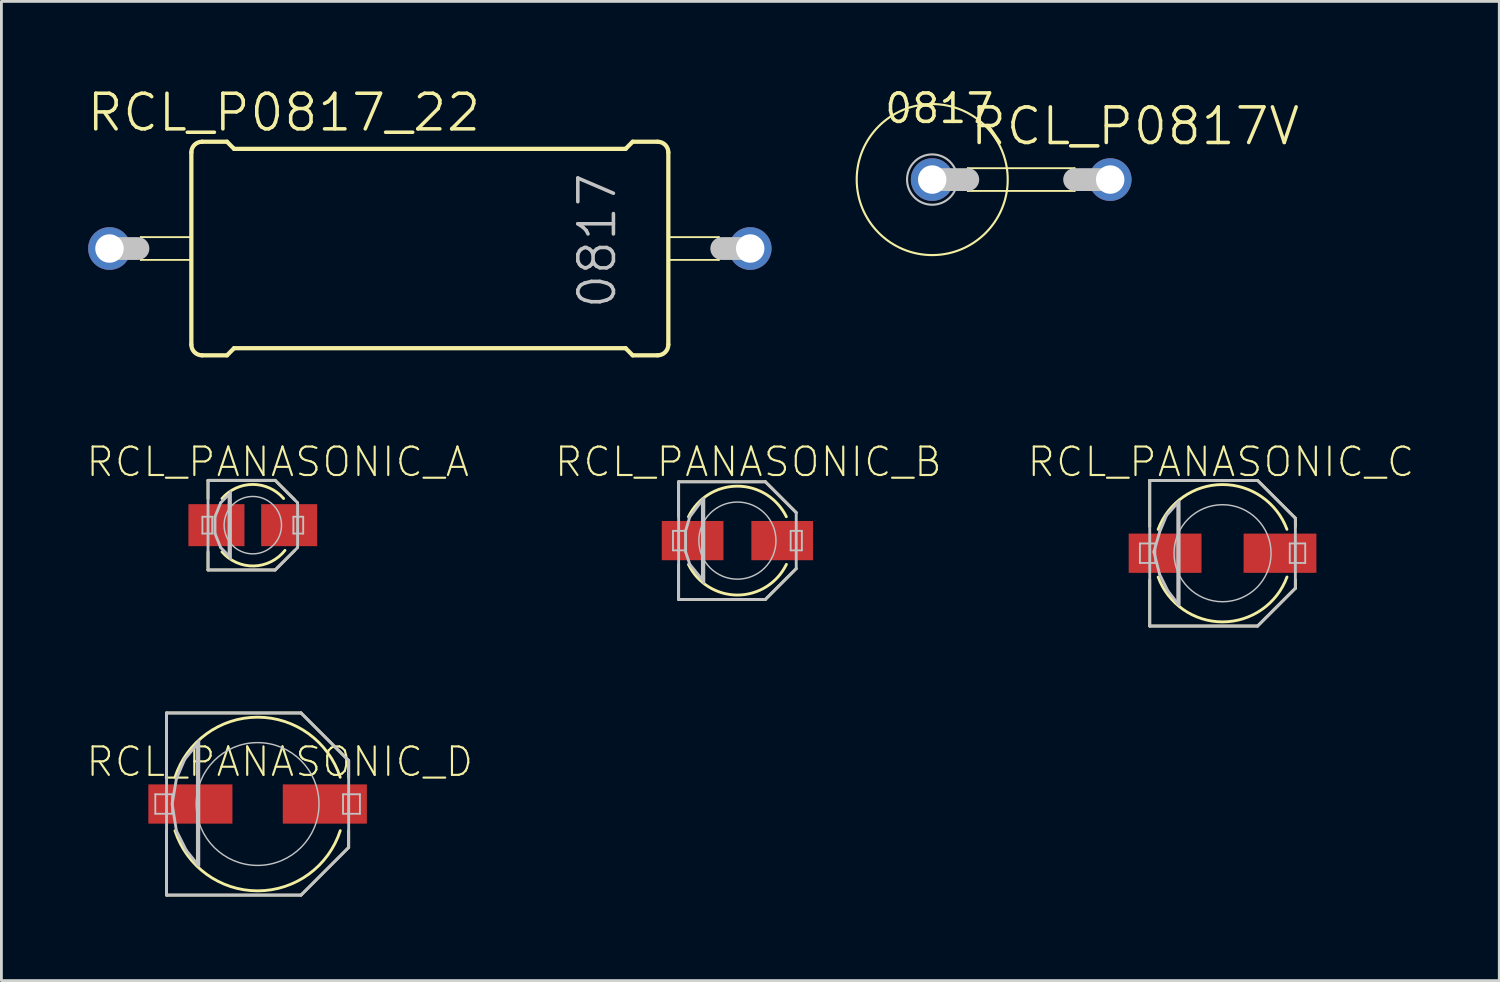
<source format=kicad_pcb>
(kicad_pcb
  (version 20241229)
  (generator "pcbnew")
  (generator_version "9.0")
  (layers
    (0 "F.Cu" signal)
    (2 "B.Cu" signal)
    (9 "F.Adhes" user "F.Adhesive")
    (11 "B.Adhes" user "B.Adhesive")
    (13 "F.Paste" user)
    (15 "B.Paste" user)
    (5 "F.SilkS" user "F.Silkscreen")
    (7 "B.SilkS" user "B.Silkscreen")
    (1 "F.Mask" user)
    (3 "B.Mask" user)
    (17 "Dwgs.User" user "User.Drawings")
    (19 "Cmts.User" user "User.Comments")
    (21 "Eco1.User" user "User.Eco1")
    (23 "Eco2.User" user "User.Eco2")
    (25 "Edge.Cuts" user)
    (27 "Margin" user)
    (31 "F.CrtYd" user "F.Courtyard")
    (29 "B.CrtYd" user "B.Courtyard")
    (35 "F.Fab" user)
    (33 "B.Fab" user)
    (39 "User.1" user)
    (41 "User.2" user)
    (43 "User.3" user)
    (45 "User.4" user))
  (footprint "RCL_PANASONIC_B"
    (layer "F.Cu")
    (at 23.26 16.238)
    (property "Reference" "RCL_PANASONIC_B" (at 0.389 -2.807 0) (layer "F.SilkS") (effects (font (size 1.016 1.016) (thickness 0.076))))
    (attr smd)
    (fp_line (start -2.098 -2.098) (end 0.998 -2.098) (stroke (width 0.102) (type solid)) (layer "F.SilkS"))
    (fp_line (start -2.098 -0.848) (end -2.098 -2.098) (stroke (width 0.102) (type solid)) (layer "F.SilkS"))
    (fp_line (start -2.098 2.098) (end -2.098 0.848) (stroke (width 0.102) (type solid)) (layer "F.SilkS"))
    (fp_line (start 0.998 -2.098) (end 2.098 -0.998) (stroke (width 0.102) (type solid)) (layer "F.SilkS"))
    (fp_line (start 0.998 2.098) (end -2.098 2.098) (stroke (width 0.102) (type solid)) (layer "F.SilkS"))
    (fp_line (start 2.098 0.998) (end 0.998 2.098) (stroke (width 0.102) (type solid)) (layer "F.SilkS"))
    (fp_arc (start -1.74752 -0.84836) (mid -0.001866 -1.942559) (end 1.745887 -0.851716) (stroke (width 0.1016) (type solid)) (layer "F.SilkS"))
    (fp_arc (start 1.74752 0.84836) (mid 0.001866 1.942559) (end -1.745887 0.851716) (stroke (width 0.1016) (type solid)) (layer "F.SilkS"))
    (fp_line (start -2.299 -0.348) (end -1.849 -0.348) (stroke (width 0.066) (type solid)) (layer "Dwgs.User"))
    (fp_line (start -2.299 0.348) (end -2.299 -0.348) (stroke (width 0.066) (type solid)) (layer "Dwgs.User"))
    (fp_line (start -2.299 0.348) (end -1.849 0.348) (stroke (width 0.066) (type solid)) (layer "Dwgs.User"))
    (fp_line (start -2.098 -2.098) (end 0.998 -2.098) (stroke (width 0.102) (type solid)) (layer "Dwgs.User"))
    (fp_line (start -2.098 2.098) (end -2.098 -2.098) (stroke (width 0.102) (type solid)) (layer "Dwgs.User"))
    (fp_line (start -1.849 -0.348) (end -1.849 0.399) (stroke (width 0.102) (type solid)) (layer "Dwgs.User"))
    (fp_line (start -1.849 0.348) (end -1.849 -0.348) (stroke (width 0.066) (type solid)) (layer "Dwgs.User"))
    (fp_line (start -1.849 0.399) (end -1.699 0.848) (stroke (width 0.102) (type solid)) (layer "Dwgs.User"))
    (fp_line (start -1.699 -0.848) (end -1.849 -0.348) (stroke (width 0.102) (type solid)) (layer "Dwgs.User"))
    (fp_line (start -1.699 0.848) (end -1.25 1.4) (stroke (width 0.102) (type solid)) (layer "Dwgs.User"))
    (fp_line (start -1.25 -1.448) (end -1.699 -0.848) (stroke (width 0.102) (type solid)) (layer "Dwgs.User"))
    (fp_line (start -1.25 -1.4) (end -1.25 -1.448) (stroke (width 0.102) (type solid)) (layer "Dwgs.User"))
    (fp_line (start -1.25 1.4) (end -1.25 -1.4) (stroke (width 0.102) (type solid)) (layer "Dwgs.User"))
    (fp_line (start -1.199 -1.499) (end -1.199 1.499) (stroke (width 0.102) (type solid)) (layer "Dwgs.User"))
    (fp_line (start 0.998 -2.098) (end 2.098 -0.998) (stroke (width 0.102) (type solid)) (layer "Dwgs.User"))
    (fp_line (start 0.998 2.098) (end -2.098 2.098) (stroke (width 0.102) (type solid)) (layer "Dwgs.User"))
    (fp_line (start 1.9 -0.348) (end 2.299 -0.348) (stroke (width 0.066) (type solid)) (layer "Dwgs.User"))
    (fp_line (start 1.9 0.348) (end 1.9 -0.348) (stroke (width 0.066) (type solid)) (layer "Dwgs.User"))
    (fp_line (start 1.9 0.348) (end 2.299 0.348) (stroke (width 0.066) (type solid)) (layer "Dwgs.User"))
    (fp_line (start 2.098 -0.998) (end 2.098 0.998) (stroke (width 0.102) (type solid)) (layer "Dwgs.User"))
    (fp_line (start 2.098 0.998) (end 0.998 2.098) (stroke (width 0.102) (type solid)) (layer "Dwgs.User"))
    (fp_line (start 2.299 0.348) (end 2.299 -0.348) (stroke (width 0.066) (type solid)) (layer "Dwgs.User"))
    (fp_circle (center 0 0) (end -0.973 0.973) (stroke (width 0.051) (type solid)) (fill no) (layer "Dwgs.User"))
    (pad "+" smd rect (at 1.598 0) (size 2.2 1.4) (layers "F.Cu" "F.Mask" "F.Paste"))
    (pad "-" smd rect (at -1.598 0) (size 2.2 1.4) (layers "F.Cu" "F.Mask" "F.Paste")))
  (footprint "RCL_P0817_22"
    (layer "F.Cu")
    (at 12.286 5.817)
    (property "Reference" "RCL_P0817_22" (at -5.207 -4.851 0) (layer "F.SilkS") (effects (font (size 1.27 1.27) (thickness 0.127))))
    (attr exclude_from_pos_files exclude_from_bom)
    (fp_line (start -10.312 -0.406) (end -8.509 -0.406) (stroke (width 0.066) (type solid)) (layer "F.SilkS"))
    (fp_line (start -10.312 0.406) (end -10.312 -0.406) (stroke (width 0.066) (type solid)) (layer "F.SilkS"))
    (fp_line (start -10.312 0.406) (end -8.509 0.406) (stroke (width 0.066) (type solid)) (layer "F.SilkS"))
    (fp_line (start -8.509 0.406) (end -8.509 -0.406) (stroke (width 0.066) (type solid)) (layer "F.SilkS"))
    (fp_line (start -8.509 3.429) (end -8.509 -3.429) (stroke (width 0.152) (type solid)) (layer "F.SilkS"))
    (fp_line (start -8.128 -3.81) (end -7.236 -3.81) (stroke (width 0.152) (type solid)) (layer "F.SilkS"))
    (fp_line (start -8.128 3.81) (end -7.236 3.81) (stroke (width 0.152) (type solid)) (layer "F.SilkS"))
    (fp_line (start -6.985 -3.556) (end -7.236 -3.81) (stroke (width 0.152) (type solid)) (layer "F.SilkS"))
    (fp_line (start -6.985 3.556) (end -7.236 3.81) (stroke (width 0.152) (type solid)) (layer "F.SilkS"))
    (fp_line (start 6.985 -3.556) (end -6.985 -3.556) (stroke (width 0.152) (type solid)) (layer "F.SilkS"))
    (fp_line (start 6.985 -3.556) (end 7.236 -3.81) (stroke (width 0.152) (type solid)) (layer "F.SilkS"))
    (fp_line (start 6.985 3.556) (end -6.985 3.556) (stroke (width 0.152) (type solid)) (layer "F.SilkS"))
    (fp_line (start 6.985 3.556) (end 7.236 3.81) (stroke (width 0.152) (type solid)) (layer "F.SilkS"))
    (fp_line (start 8.128 -3.81) (end 7.236 -3.81) (stroke (width 0.152) (type solid)) (layer "F.SilkS"))
    (fp_line (start 8.128 3.81) (end 7.236 3.81) (stroke (width 0.152) (type solid)) (layer "F.SilkS"))
    (fp_line (start 8.509 -0.406) (end 10.312 -0.406) (stroke (width 0.066) (type solid)) (layer "F.SilkS"))
    (fp_line (start 8.509 0.406) (end 8.509 -0.406) (stroke (width 0.066) (type solid)) (layer "F.SilkS"))
    (fp_line (start 8.509 0.406) (end 10.312 0.406) (stroke (width 0.066) (type solid)) (layer "F.SilkS"))
    (fp_line (start 8.509 3.429) (end 8.509 -3.429) (stroke (width 0.152) (type solid)) (layer "F.SilkS"))
    (fp_line (start 10.312 0.406) (end 10.312 -0.406) (stroke (width 0.066) (type solid)) (layer "F.SilkS"))
    (fp_arc (start -8.509 -3.429) (mid -8.397408 -3.698408) (end -8.128 -3.81) (stroke (width 0.1524) (type solid)) (layer "F.SilkS"))
    (fp_arc (start -8.128 3.81) (mid -8.397408 3.698408) (end -8.509 3.429) (stroke (width 0.1524) (type solid)) (layer "F.SilkS"))
    (fp_arc (start 8.128 -3.81) (mid 8.397408 -3.698408) (end 8.509 -3.429) (stroke (width 0.1524) (type solid)) (layer "F.SilkS"))
    (fp_arc (start 8.509 3.429) (mid 8.397408 3.698408) (end 8.128 3.81) (stroke (width 0.1524) (type solid)) (layer "F.SilkS"))
    (fp_line (start -10.414 0) (end -11.43 0) (stroke (width 0.813) (type solid)) (layer "Dwgs.User"))
    (fp_line (start 11.43 0) (end 10.414 0) (stroke (width 0.813) (type solid)) (layer "Dwgs.User"))
    (fp_text user "0817" (at 5.969 -0.279 90) (layer "Dwgs.User") (effects (font (size 1.27 1.27) (thickness 0.127))))
    (pad "1" thru_hole circle (at -11.43 0) (size 1.524 1.524) (drill 1.016) (layers "*.Cu" "*.Paste" "*.Mask"))
    (pad "2" thru_hole circle (at 11.43 0) (size 1.524 1.524) (drill 1.016) (layers "*.Cu" "*.Paste" "*.Mask")))
  (footprint "RCL_PANASONIC_D"
    (layer "F.Cu")
    (at 6.141 25.636)
    (property "Reference" "RCL_PANASONIC_D" (at 0.79 -1.506 0) (layer "F.SilkS") (effects (font (size 1.016 1.016) (thickness 0.076))))
    (attr smd)
    (fp_line (start -3.249 -3.249) (end 1.549 -3.249) (stroke (width 0.102) (type solid)) (layer "F.SilkS"))
    (fp_line (start -3.249 -0.95) (end -3.249 -3.249) (stroke (width 0.102) (type solid)) (layer "F.SilkS"))
    (fp_line (start -3.249 3.249) (end -3.249 0.95) (stroke (width 0.102) (type solid)) (layer "F.SilkS"))
    (fp_line (start 1.549 -3.249) (end 3.249 -1.549) (stroke (width 0.102) (type solid)) (layer "F.SilkS"))
    (fp_line (start 1.549 3.249) (end -3.249 3.249) (stroke (width 0.102) (type solid)) (layer "F.SilkS"))
    (fp_line (start 3.249 -1.549) (end 3.249 -0.95) (stroke (width 0.102) (type solid)) (layer "F.SilkS"))
    (fp_line (start 3.249 0.95) (end 3.249 1.549) (stroke (width 0.102) (type solid)) (layer "F.SilkS"))
    (fp_line (start 3.249 1.549) (end 1.549 3.249) (stroke (width 0.102) (type solid)) (layer "F.SilkS"))
    (fp_arc (start -2.94894 -0.94996) (mid -0.0024 -3.098171) (end 2.947465 -0.954527) (stroke (width 0.1016) (type solid)) (layer "F.SilkS"))
    (fp_arc (start 2.94894 0.94996) (mid 0.0024 3.098171) (end -2.947465 0.954527) (stroke (width 0.1016) (type solid)) (layer "F.SilkS"))
    (fp_line (start -3.65 -0.348) (end -3.048 -0.348) (stroke (width 0.066) (type solid)) (layer "Dwgs.User"))
    (fp_line (start -3.65 0.348) (end -3.65 -0.348) (stroke (width 0.066) (type solid)) (layer "Dwgs.User"))
    (fp_line (start -3.65 0.348) (end -3.048 0.348) (stroke (width 0.066) (type solid)) (layer "Dwgs.User"))
    (fp_line (start -3.249 -3.249) (end 1.549 -3.249) (stroke (width 0.102) (type solid)) (layer "Dwgs.User"))
    (fp_line (start -3.249 3.249) (end -3.249 -3.249) (stroke (width 0.102) (type solid)) (layer "Dwgs.User"))
    (fp_line (start -3.048 0) (end -2.898 0.95) (stroke (width 0.102) (type solid)) (layer "Dwgs.User"))
    (fp_line (start -3.048 0.348) (end -3.048 -0.348) (stroke (width 0.066) (type solid)) (layer "Dwgs.User"))
    (fp_line (start -2.898 -0.899) (end -3.048 0) (stroke (width 0.102) (type solid)) (layer "Dwgs.User"))
    (fp_line (start -2.898 0.95) (end -2.548 1.648) (stroke (width 0.102) (type solid)) (layer "Dwgs.User"))
    (fp_line (start -2.598 -1.598) (end -2.898 -0.899) (stroke (width 0.102) (type solid)) (layer "Dwgs.User"))
    (fp_line (start -2.548 1.648) (end -2.149 2.149) (stroke (width 0.102) (type solid)) (layer "Dwgs.User"))
    (fp_line (start -2.149 -2.149) (end -2.598 -1.598) (stroke (width 0.102) (type solid)) (layer "Dwgs.User"))
    (fp_line (start -2.149 -2.098) (end -2.149 -2.149) (stroke (width 0.102) (type solid)) (layer "Dwgs.User"))
    (fp_line (start -2.149 2.149) (end -2.149 -2.098) (stroke (width 0.102) (type solid)) (layer "Dwgs.User"))
    (fp_line (start -2.098 -2.248) (end -2.098 2.2) (stroke (width 0.102) (type solid)) (layer "Dwgs.User"))
    (fp_line (start 1.549 -3.249) (end 3.249 -1.549) (stroke (width 0.102) (type solid)) (layer "Dwgs.User"))
    (fp_line (start 1.549 3.249) (end -3.249 3.249) (stroke (width 0.102) (type solid)) (layer "Dwgs.User"))
    (fp_line (start 3.048 -0.348) (end 3.65 -0.348) (stroke (width 0.066) (type solid)) (layer "Dwgs.User"))
    (fp_line (start 3.048 0.348) (end 3.048 -0.348) (stroke (width 0.066) (type solid)) (layer "Dwgs.User"))
    (fp_line (start 3.048 0.348) (end 3.65 0.348) (stroke (width 0.066) (type solid)) (layer "Dwgs.User"))
    (fp_line (start 3.249 -1.549) (end 3.249 1.549) (stroke (width 0.102) (type solid)) (layer "Dwgs.User"))
    (fp_line (start 3.249 1.549) (end 1.549 3.249) (stroke (width 0.102) (type solid)) (layer "Dwgs.User"))
    (fp_line (start 3.65 0.348) (end 3.65 -0.348) (stroke (width 0.066) (type solid)) (layer "Dwgs.User"))
    (fp_circle (center 0 0) (end -1.549 1.549) (stroke (width 0.051) (type solid)) (fill no) (layer "Dwgs.User"))
    (pad "+" smd rect (at 2.398 0) (size 3 1.4) (layers "F.Cu" "F.Mask" "F.Paste"))
    (pad "-" smd rect (at -2.398 0) (size 3 1.4) (layers "F.Cu" "F.Mask" "F.Paste")))
  (footprint "RCL_PANASONIC_A"
    (layer "F.Cu")
    (at 5.97 15.687)
    (property "Reference" "RCL_PANASONIC_A" (at 0.889 -2.256 0) (layer "F.SilkS") (effects (font (size 1.016 1.016) (thickness 0.076))))
    (attr smd)
    (fp_line (start -1.598 -1.598) (end 0.798 -1.598) (stroke (width 0.102) (type solid)) (layer "F.SilkS"))
    (fp_line (start -1.598 -0.95) (end -1.598 -1.598) (stroke (width 0.102) (type solid)) (layer "F.SilkS"))
    (fp_line (start -1.598 1.598) (end -1.598 0.95) (stroke (width 0.102) (type solid)) (layer "F.SilkS"))
    (fp_line (start 0.798 -1.598) (end 1.499 -0.899) (stroke (width 0.102) (type solid)) (layer "F.SilkS"))
    (fp_line (start 0.798 1.598) (end -1.598 1.598) (stroke (width 0.102) (type solid)) (layer "F.SilkS"))
    (fp_line (start 1.499 0.899) (end 0.798 1.598) (stroke (width 0.102) (type solid)) (layer "F.SilkS"))
    (fp_arc (start -1.09982 -0.94996) (mid -0.000798 -1.453282) (end 1.098776 -0.951168) (stroke (width 0.1016) (type solid)) (layer "F.SilkS"))
    (fp_arc (start 1.14808 0.89916) (mid 0.036109 1.455893) (end -1.100341 0.951002) (stroke (width 0.1016) (type solid)) (layer "F.SilkS"))
    (fp_line (start -1.798 -0.3) (end -1.448 -0.3) (stroke (width 0.066) (type solid)) (layer "Dwgs.User"))
    (fp_line (start -1.798 0.3) (end -1.798 -0.3) (stroke (width 0.066) (type solid)) (layer "Dwgs.User"))
    (fp_line (start -1.798 0.3) (end -1.448 0.3) (stroke (width 0.066) (type solid)) (layer "Dwgs.User"))
    (fp_line (start -1.598 -1.598) (end 0.798 -1.598) (stroke (width 0.102) (type solid)) (layer "Dwgs.User"))
    (fp_line (start -1.598 1.598) (end -1.598 -1.598) (stroke (width 0.102) (type solid)) (layer "Dwgs.User"))
    (fp_line (start -1.448 0.3) (end -1.448 -0.3) (stroke (width 0.066) (type solid)) (layer "Dwgs.User"))
    (fp_line (start -1.349 -0.3) (end -1.349 0.3) (stroke (width 0.102) (type solid)) (layer "Dwgs.User"))
    (fp_line (start -1.349 0.3) (end -1.148 0.798) (stroke (width 0.102) (type solid)) (layer "Dwgs.User"))
    (fp_line (start -1.148 -0.798) (end -1.349 -0.3) (stroke (width 0.102) (type solid)) (layer "Dwgs.User"))
    (fp_line (start -1.148 0.798) (end -0.848 1.1) (stroke (width 0.102) (type solid)) (layer "Dwgs.User"))
    (fp_line (start -0.848 -1.1) (end -1.148 -0.798) (stroke (width 0.102) (type solid)) (layer "Dwgs.User"))
    (fp_line (start -0.848 -1.049) (end -0.848 -1.1) (stroke (width 0.102) (type solid)) (layer "Dwgs.User"))
    (fp_line (start -0.848 1.1) (end -0.848 -1.049) (stroke (width 0.102) (type solid)) (layer "Dwgs.User"))
    (fp_line (start -0.798 -1.199) (end -0.798 1.199) (stroke (width 0.102) (type solid)) (layer "Dwgs.User"))
    (fp_line (start 0.798 -1.598) (end 1.598 -0.798) (stroke (width 0.102) (type solid)) (layer "Dwgs.User"))
    (fp_line (start 0.798 1.598) (end -1.598 1.598) (stroke (width 0.102) (type solid)) (layer "Dwgs.User"))
    (fp_line (start 1.448 -0.3) (end 1.798 -0.3) (stroke (width 0.066) (type solid)) (layer "Dwgs.User"))
    (fp_line (start 1.448 0.3) (end 1.448 -0.3) (stroke (width 0.066) (type solid)) (layer "Dwgs.User"))
    (fp_line (start 1.448 0.3) (end 1.798 0.3) (stroke (width 0.066) (type solid)) (layer "Dwgs.User"))
    (fp_line (start 1.598 -0.798) (end 1.598 0.798) (stroke (width 0.102) (type solid)) (layer "Dwgs.User"))
    (fp_line (start 1.598 0.798) (end 0.798 1.598) (stroke (width 0.102) (type solid)) (layer "Dwgs.User"))
    (fp_line (start 1.798 0.3) (end 1.798 -0.3) (stroke (width 0.066) (type solid)) (layer "Dwgs.User"))
    (fp_circle (center 0 0) (end -0.724 0.724) (stroke (width 0.051) (type solid)) (fill no) (layer "Dwgs.User"))
    (pad "+" smd rect (at 1.298 0) (size 1.999 1.499) (layers "F.Cu" "F.Mask" "F.Paste"))
    (pad "-" smd rect (at -1.298 0) (size 1.999 1.499) (layers "F.Cu" "F.Mask" "F.Paste")))
  (footprint "RCL_PANASONIC_C"
    (layer "F.Cu")
    (at 40.569 16.688)
    (property "Reference" "RCL_PANASONIC_C" (at -0.058 -3.256 0) (layer "F.SilkS") (effects (font (size 1.016 1.016) (thickness 0.076))))
    (attr smd)
    (fp_line (start -2.598 -2.598) (end 1.25 -2.598) (stroke (width 0.102) (type solid)) (layer "F.SilkS"))
    (fp_line (start -2.598 -0.95) (end -2.598 -2.598) (stroke (width 0.102) (type solid)) (layer "F.SilkS"))
    (fp_line (start -2.598 2.598) (end -2.598 0.95) (stroke (width 0.102) (type solid)) (layer "F.SilkS"))
    (fp_line (start 1.25 -2.598) (end 2.598 -1.25) (stroke (width 0.102) (type solid)) (layer "F.SilkS"))
    (fp_line (start 1.25 2.598) (end -2.598 2.598) (stroke (width 0.102) (type solid)) (layer "F.SilkS"))
    (fp_line (start 2.598 -1.25) (end 2.598 -0.95) (stroke (width 0.102) (type solid)) (layer "F.SilkS"))
    (fp_line (start 2.598 0.95) (end 2.598 1.25) (stroke (width 0.102) (type solid)) (layer "F.SilkS"))
    (fp_line (start 2.598 1.25) (end 1.25 2.598) (stroke (width 0.102) (type solid)) (layer "F.SilkS"))
    (fp_arc (start -2.2987 -0.84836) (mid -0.001833 -2.450252) (end 2.297428 -0.851799) (stroke (width 0.1016) (type solid)) (layer "F.SilkS"))
    (fp_arc (start 2.2987 0.84836) (mid 0.001833 2.450252) (end -2.297428 0.851799) (stroke (width 0.1016) (type solid)) (layer "F.SilkS"))
    (fp_line (start -2.949 -0.348) (end -2.398 -0.348) (stroke (width 0.066) (type solid)) (layer "Dwgs.User"))
    (fp_line (start -2.949 0.348) (end -2.949 -0.348) (stroke (width 0.066) (type solid)) (layer "Dwgs.User"))
    (fp_line (start -2.949 0.348) (end -2.398 0.348) (stroke (width 0.066) (type solid)) (layer "Dwgs.User"))
    (fp_line (start -2.598 -2.598) (end 1.25 -2.598) (stroke (width 0.102) (type solid)) (layer "Dwgs.User"))
    (fp_line (start -2.598 2.598) (end -2.598 -2.598) (stroke (width 0.102) (type solid)) (layer "Dwgs.User"))
    (fp_line (start -2.449 -0.048) (end -2.248 0.749) (stroke (width 0.102) (type solid)) (layer "Dwgs.User"))
    (fp_line (start -2.398 0.348) (end -2.398 -0.348) (stroke (width 0.066) (type solid)) (layer "Dwgs.User"))
    (fp_line (start -2.248 -0.749) (end -2.449 -0.048) (stroke (width 0.102) (type solid)) (layer "Dwgs.User"))
    (fp_line (start -2.248 0.749) (end -1.948 1.349) (stroke (width 0.102) (type solid)) (layer "Dwgs.User"))
    (fp_line (start -1.999 -1.349) (end -2.248 -0.749) (stroke (width 0.102) (type solid)) (layer "Dwgs.User"))
    (fp_line (start -1.948 1.349) (end -1.598 1.798) (stroke (width 0.102) (type solid)) (layer "Dwgs.User"))
    (fp_line (start -1.598 -1.798) (end -1.999 -1.349) (stroke (width 0.102) (type solid)) (layer "Dwgs.User"))
    (fp_line (start -1.598 1.798) (end -1.598 -1.798) (stroke (width 0.102) (type solid)) (layer "Dwgs.User"))
    (fp_line (start -1.549 -1.849) (end -1.549 1.849) (stroke (width 0.102) (type solid)) (layer "Dwgs.User"))
    (fp_line (start 1.25 -2.598) (end 2.598 -1.25) (stroke (width 0.102) (type solid)) (layer "Dwgs.User"))
    (fp_line (start 1.25 2.598) (end -2.598 2.598) (stroke (width 0.102) (type solid)) (layer "Dwgs.User"))
    (fp_line (start 2.398 -0.348) (end 2.949 -0.348) (stroke (width 0.066) (type solid)) (layer "Dwgs.User"))
    (fp_line (start 2.398 0.348) (end 2.398 -0.348) (stroke (width 0.066) (type solid)) (layer "Dwgs.User"))
    (fp_line (start 2.398 0.348) (end 2.949 0.348) (stroke (width 0.066) (type solid)) (layer "Dwgs.User"))
    (fp_line (start 2.598 -1.25) (end 2.598 1.25) (stroke (width 0.102) (type solid)) (layer "Dwgs.User"))
    (fp_line (start 2.598 1.25) (end 1.25 2.598) (stroke (width 0.102) (type solid)) (layer "Dwgs.User"))
    (fp_line (start 2.949 0.348) (end 2.949 -0.348) (stroke (width 0.066) (type solid)) (layer "Dwgs.User"))
    (fp_circle (center 0 0) (end -1.224 1.224) (stroke (width 0.051) (type solid)) (fill no) (layer "Dwgs.User"))
    (pad "+" smd rect (at 2.05 0) (size 2.598 1.4) (layers "F.Cu" "F.Mask" "F.Paste"))
    (pad "-" smd rect (at -2.05 0) (size 2.598 1.4) (layers "F.Cu" "F.Mask" "F.Paste")))
  (footprint "RCL_P0817V"
    (layer "F.Cu")
    (at 35.29 3.357)
    (property "Reference" "RCL_P0817V" (at 2.159 -1.905 0) (layer "F.SilkS") (effects (font (size 1.27 1.27) (thickness 0.127))))
    (attr exclude_from_pos_files exclude_from_bom)
    (fp_line (start -3.81 -0.406) (end 0 -0.406) (stroke (width 0.066) (type solid)) (layer "F.SilkS"))
    (fp_line (start -3.81 0.406) (end -3.81 -0.406) (stroke (width 0.066) (type solid)) (layer "F.SilkS"))
    (fp_line (start -3.81 0.406) (end 0 0.406) (stroke (width 0.066) (type solid)) (layer "F.SilkS"))
    (fp_line (start 0 0.406) (end 0 -0.406) (stroke (width 0.066) (type solid)) (layer "F.SilkS"))
    (fp_circle (center -5.08 0) (end -6.985 1.905) (stroke (width 0.076) (type solid)) (fill no) (layer "F.SilkS"))
    (fp_line (start -3.81 0) (end -5.08 0) (stroke (width 0.813) (type solid)) (layer "Dwgs.User"))
    (fp_line (start 1.27 0) (end 0 0) (stroke (width 0.813) (type solid)) (layer "Dwgs.User"))
    (fp_circle (center -5.08 0) (end -5.715 0.635) (stroke (width 0.076) (type solid)) (fill no) (layer "Dwgs.User"))
    (fp_text user "0817" (at -4.826 -2.54 0) (layer "F.SilkS") (effects (font (size 1.016 1.016) (thickness 0.127))))
    (pad "1" thru_hole circle (at -5.08 0) (size 1.524 1.524) (drill 1.016) (layers "*.Cu" "*.Paste" "*.Mask"))
    (pad "2" thru_hole circle (at 1.27 0) (size 1.524 1.524) (drill 1.016) (layers "*.Cu" "*.Paste" "*.Mask")))
  (gr_rect
    (start -3 -3)
    (end 50.442 31.936)
    (stroke (width 0.1) (type default))
    (fill no)
    (layer "Edge.Cuts")))
</source>
